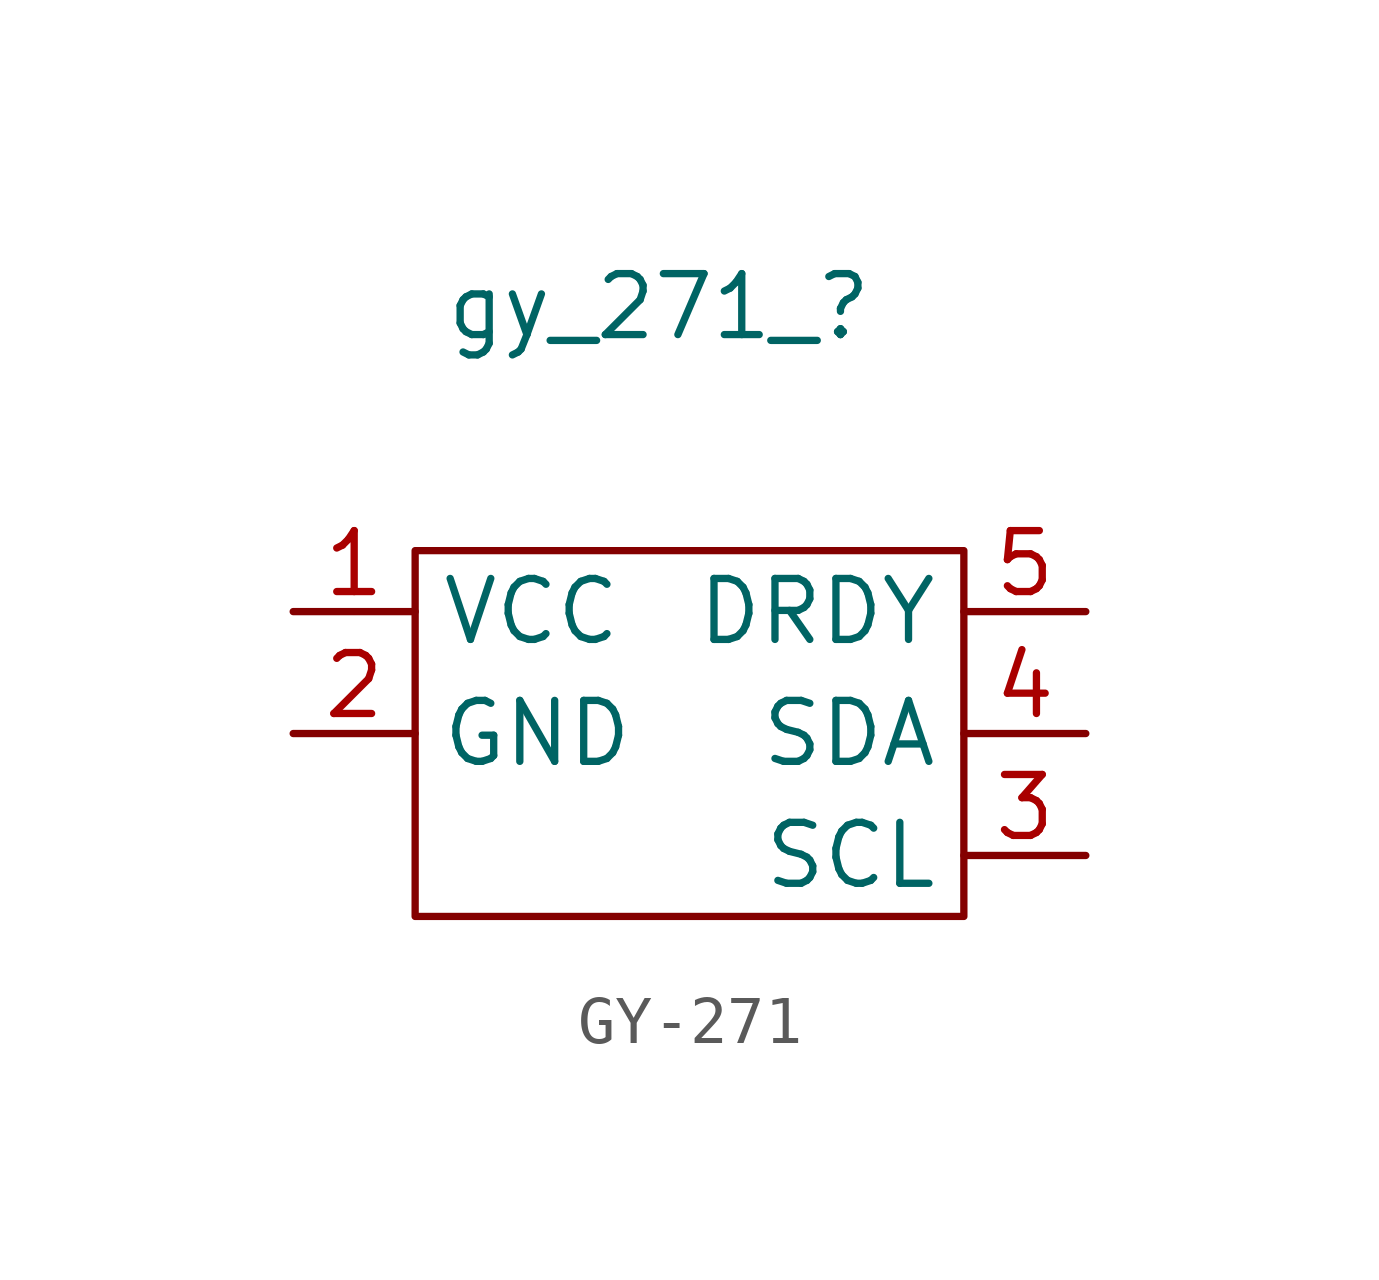
<source format=kicad_sym>
(kicad_symbol_lib
  (version 20220914)
  (generator kicad_symbol_editor)
  (symbol "GY-271"
    (property "Reference" "gy_271_"
      (at -1.27 7.62 0)
      (effects (font (size 1.27 1.27))))
    (property "Value" ""
      (at -6.35 0 0)
      (effects (font (size 1.27 1.27))))
    (symbol "GY-271_0_1"
      (rectangle (start -6.35 2.54) (end 5.08 -5.08) (stroke (width 0) (type default)) (fill (type none))))
    (symbol "GY-271_1_1"
      (pin power_in line (at -8.89 1.27 0) (length 2.54) (name "VCC" (effects (font (size 1.27 1.27)))) (number "1" (effects (font (size 1.27 1.27)))))
      (pin power_in line (at -8.89 -1.27 0) (length 2.54) (name "GND" (effects (font (size 1.27 1.27)))) (number "2" (effects (font (size 1.27 1.27)))))
      (pin input line (at 7.62 -3.81 180) (length 2.54) (name "SCL" (effects (font (size 1.27 1.27)))) (number "3" (effects (font (size 1.27 1.27)))))
      (pin input line (at 7.62 -1.27 180) (length 2.54) (name "SDA" (effects (font (size 1.27 1.27)))) (number "4" (effects (font (size 1.27 1.27)))))
      (pin output line (at 7.62 1.27 180) (length 2.54) (name "DRDY" (effects (font (size 1.27 1.27)))) (number "5" (effects (font (size 1.27 1.27))))))))
</source>
